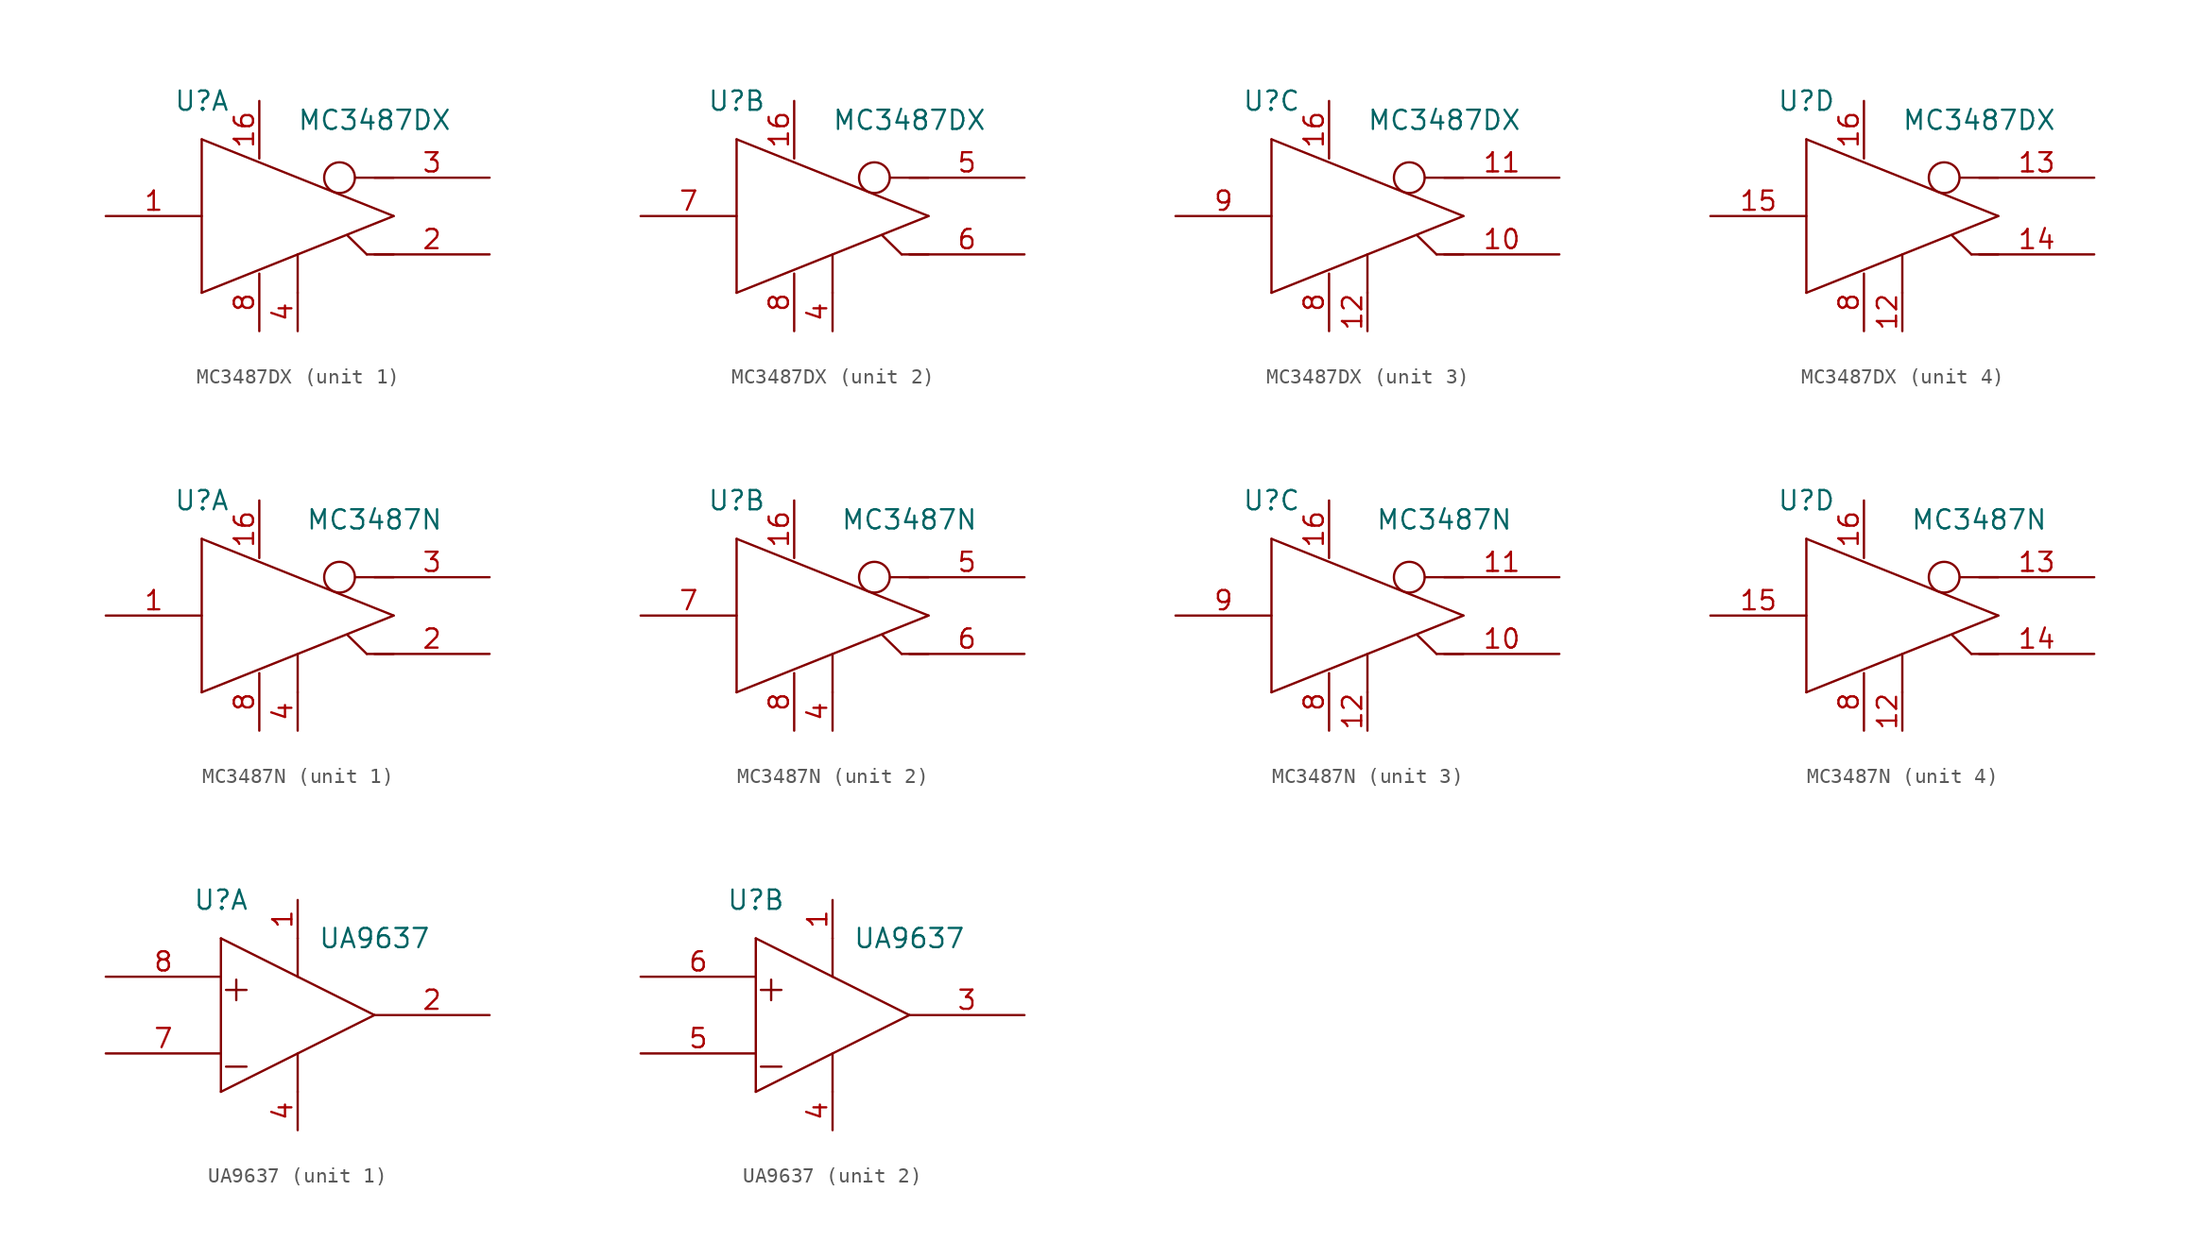
<source format=kicad_sym>
(kicad_symbol_lib
  (version 20231120)
  (generator "kicad_symbol_editor")
  (generator_version "8.0")
  (symbol "MC3487DX"
    (pin_names
      (offset 1.016) hide)
    (property "Reference" "U"
      (at -6.35 7.62 0)
      (effects (font (size 1.27 1.27))))
    (property "Value" "MC3487DX"
      (at 5.08 6.35 0)
      (effects (font (size 1.27 1.27))))
    (symbol "MC3487DX_0_1"
      (polyline (pts (xy -6.35 -5.08) (xy 6.35 0)) (stroke (width 0) (type default)) (fill (type none)))
      (polyline (pts (xy -6.35 5.08) (xy -6.35 -5.08)) (stroke (width 0) (type default)) (fill (type none)))
      (polyline (pts (xy 0 -5.08) (xy 0 -2.54)) (stroke (width 0) (type default)) (fill (type none)))
      (polyline (pts (xy 3.81 2.54) (xy 6.35 2.54)) (stroke (width 0) (type default)) (fill (type none)))
      (polyline (pts (xy 4.572 -2.54) (xy 3.277 -1.27)) (stroke (width 0) (type default)) (fill (type none)))
      (polyline (pts (xy 6.35 -2.54) (xy 4.572 -2.54)) (stroke (width 0) (type default)) (fill (type none)))
      (polyline (pts (xy 6.35 0) (xy -6.35 5.08)) (stroke (width 0) (type default)) (fill (type none)))
      (circle (center 2.769 2.54) (radius 1.016) (stroke (width 0) (type default)) (fill (type none))))
    (symbol "MC3487DX_1_1"
      (pin input line (at -12.7 0 0) (length 6.35) (name "INPUT" (effects (font (size 1.27 1.27)))) (number "1" (effects (font (size 1.27 1.27)))))
      (pin power_in line (at -2.54 7.62 270) (length 3.81) (name "VCC" (effects (font (size 1.27 1.27)))) (number "16" (effects (font (size 1.27 1.27)))))
      (pin tri_state line (at 12.7 -2.54 180) (length 7.62) (name "OUT+" (effects (font (size 1.27 1.27)))) (number "2" (effects (font (size 1.27 1.27)))))
      (pin tri_state line (at 12.7 2.54 180) (length 7.62) (name "OUT-" (effects (font (size 1.27 1.27)))) (number "3" (effects (font (size 1.27 1.27)))))
      (pin input line (at 0 -7.62 90) (length 2.54) (name "ENABLE" (effects (font (size 1.27 1.27)))) (number "4" (effects (font (size 1.27 1.27)))))
      (pin power_in line (at -2.54 -7.62 90) (length 3.81) (name "GND" (effects (font (size 1.27 1.27)))) (number "8" (effects (font (size 1.27 1.27))))))
    (symbol "MC3487DX_2_1"
      (pin power_in line (at -2.54 7.62 270) (length 3.81) (name "VCC" (effects (font (size 1.27 1.27)))) (number "16" (effects (font (size 1.27 1.27)))))
      (pin input line (at 0 -7.62 90) (length 2.54) (name "ENABLE" (effects (font (size 1.27 1.27)))) (number "4" (effects (font (size 1.27 1.27)))))
      (pin tri_state line (at 12.7 2.54 180) (length 7.62) (name "OUT-" (effects (font (size 1.27 1.27)))) (number "5" (effects (font (size 1.27 1.27)))))
      (pin tri_state line (at 12.7 -2.54 180) (length 7.62) (name "OUT+" (effects (font (size 1.27 1.27)))) (number "6" (effects (font (size 1.27 1.27)))))
      (pin input line (at -12.7 0 0) (length 6.35) (name "INPUT" (effects (font (size 1.27 1.27)))) (number "7" (effects (font (size 1.27 1.27)))))
      (pin power_in line (at -2.54 -7.62 90) (length 3.81) (name "GND" (effects (font (size 1.27 1.27)))) (number "8" (effects (font (size 1.27 1.27))))))
    (symbol "MC3487DX_3_1"
      (pin tri_state line (at 12.7 -2.54 180) (length 7.62) (name "OUT+" (effects (font (size 1.27 1.27)))) (number "10" (effects (font (size 1.27 1.27)))))
      (pin tri_state line (at 12.7 2.54 180) (length 7.62) (name "OUT-" (effects (font (size 1.27 1.27)))) (number "11" (effects (font (size 1.27 1.27)))))
      (pin input line (at 0 -7.62 90) (length 2.54) (name "ENABLE" (effects (font (size 1.27 1.27)))) (number "12" (effects (font (size 1.27 1.27)))))
      (pin power_in line (at -2.54 7.62 270) (length 3.81) (name "VCC" (effects (font (size 1.27 1.27)))) (number "16" (effects (font (size 1.27 1.27)))))
      (pin power_in line (at -2.54 -7.62 90) (length 3.81) (name "GND" (effects (font (size 1.27 1.27)))) (number "8" (effects (font (size 1.27 1.27)))))
      (pin input line (at -12.7 0 0) (length 6.35) (name "INPUT" (effects (font (size 1.27 1.27)))) (number "9" (effects (font (size 1.27 1.27))))))
    (symbol "MC3487DX_4_1"
      (pin input line (at 0 -7.62 90) (length 2.54) (name "ENABLE" (effects (font (size 1.27 1.27)))) (number "12" (effects (font (size 1.27 1.27)))))
      (pin tri_state line (at 12.7 2.54 180) (length 7.62) (name "OUT-" (effects (font (size 1.27 1.27)))) (number "13" (effects (font (size 1.27 1.27)))))
      (pin tri_state line (at 12.7 -2.54 180) (length 7.62) (name "OUT+" (effects (font (size 1.27 1.27)))) (number "14" (effects (font (size 1.27 1.27)))))
      (pin input line (at -12.7 0 0) (length 6.35) (name "INPUT" (effects (font (size 1.27 1.27)))) (number "15" (effects (font (size 1.27 1.27)))))
      (pin power_in line (at -2.54 7.62 270) (length 3.81) (name "VCC" (effects (font (size 1.27 1.27)))) (number "16" (effects (font (size 1.27 1.27)))))
      (pin power_in line (at -2.54 -7.62 90) (length 3.81) (name "GND" (effects (font (size 1.27 1.27)))) (number "8" (effects (font (size 1.27 1.27)))))))
  (symbol "MC3487N"
    (pin_names
      (offset 1.016) hide)
    (property "Reference" "U"
      (at -6.35 7.62 0)
      (effects (font (size 1.27 1.27))))
    (property "Value" "MC3487N"
      (at 5.08 6.35 0)
      (effects (font (size 1.27 1.27))))
    (symbol "MC3487N_0_1"
      (polyline (pts (xy -6.35 -5.08) (xy 6.35 0)) (stroke (width 0) (type default)) (fill (type none)))
      (polyline (pts (xy -6.35 5.08) (xy -6.35 -5.08)) (stroke (width 0) (type default)) (fill (type none)))
      (polyline (pts (xy 0 -5.08) (xy 0 -2.54)) (stroke (width 0) (type default)) (fill (type none)))
      (polyline (pts (xy 3.81 2.54) (xy 6.35 2.54)) (stroke (width 0) (type default)) (fill (type none)))
      (polyline (pts (xy 4.572 -2.54) (xy 3.277 -1.27)) (stroke (width 0) (type default)) (fill (type none)))
      (polyline (pts (xy 6.35 -2.54) (xy 4.572 -2.54)) (stroke (width 0) (type default)) (fill (type none)))
      (polyline (pts (xy 6.35 0) (xy -6.35 5.08)) (stroke (width 0) (type default)) (fill (type none)))
      (circle (center 2.769 2.54) (radius 1.016) (stroke (width 0) (type default)) (fill (type none))))
    (symbol "MC3487N_1_1"
      (pin input line (at -12.7 0 0) (length 6.35) (name "INPUT" (effects (font (size 1.27 1.27)))) (number "1" (effects (font (size 1.27 1.27)))))
      (pin power_in line (at -2.54 7.62 270) (length 3.81) (name "VCC" (effects (font (size 1.27 1.27)))) (number "16" (effects (font (size 1.27 1.27)))))
      (pin tri_state line (at 12.7 -2.54 180) (length 7.62) (name "OUT+" (effects (font (size 1.27 1.27)))) (number "2" (effects (font (size 1.27 1.27)))))
      (pin tri_state line (at 12.7 2.54 180) (length 7.62) (name "OUT-" (effects (font (size 1.27 1.27)))) (number "3" (effects (font (size 1.27 1.27)))))
      (pin input line (at 0 -7.62 90) (length 2.54) (name "ENABLE" (effects (font (size 1.27 1.27)))) (number "4" (effects (font (size 1.27 1.27)))))
      (pin power_in line (at -2.54 -7.62 90) (length 3.81) (name "GND" (effects (font (size 1.27 1.27)))) (number "8" (effects (font (size 1.27 1.27))))))
    (symbol "MC3487N_2_1"
      (pin power_in line (at -2.54 7.62 270) (length 3.81) (name "VCC" (effects (font (size 1.27 1.27)))) (number "16" (effects (font (size 1.27 1.27)))))
      (pin input line (at 0 -7.62 90) (length 2.54) (name "ENABLE" (effects (font (size 1.27 1.27)))) (number "4" (effects (font (size 1.27 1.27)))))
      (pin tri_state line (at 12.7 2.54 180) (length 7.62) (name "OUT-" (effects (font (size 1.27 1.27)))) (number "5" (effects (font (size 1.27 1.27)))))
      (pin tri_state line (at 12.7 -2.54 180) (length 7.62) (name "OUT+" (effects (font (size 1.27 1.27)))) (number "6" (effects (font (size 1.27 1.27)))))
      (pin input line (at -12.7 0 0) (length 6.35) (name "INPUT" (effects (font (size 1.27 1.27)))) (number "7" (effects (font (size 1.27 1.27)))))
      (pin power_in line (at -2.54 -7.62 90) (length 3.81) (name "GND" (effects (font (size 1.27 1.27)))) (number "8" (effects (font (size 1.27 1.27))))))
    (symbol "MC3487N_3_1"
      (pin tri_state line (at 12.7 -2.54 180) (length 7.62) (name "OUT+" (effects (font (size 1.27 1.27)))) (number "10" (effects (font (size 1.27 1.27)))))
      (pin tri_state line (at 12.7 2.54 180) (length 7.62) (name "OUT-" (effects (font (size 1.27 1.27)))) (number "11" (effects (font (size 1.27 1.27)))))
      (pin input line (at 0 -7.62 90) (length 2.54) (name "ENABLE" (effects (font (size 1.27 1.27)))) (number "12" (effects (font (size 1.27 1.27)))))
      (pin power_in line (at -2.54 7.62 270) (length 3.81) (name "VCC" (effects (font (size 1.27 1.27)))) (number "16" (effects (font (size 1.27 1.27)))))
      (pin power_in line (at -2.54 -7.62 90) (length 3.81) (name "GND" (effects (font (size 1.27 1.27)))) (number "8" (effects (font (size 1.27 1.27)))))
      (pin input line (at -12.7 0 0) (length 6.35) (name "INPUT" (effects (font (size 1.27 1.27)))) (number "9" (effects (font (size 1.27 1.27))))))
    (symbol "MC3487N_4_1"
      (pin input line (at 0 -7.62 90) (length 2.54) (name "ENABLE" (effects (font (size 1.27 1.27)))) (number "12" (effects (font (size 1.27 1.27)))))
      (pin tri_state line (at 12.7 2.54 180) (length 7.62) (name "OUT-" (effects (font (size 1.27 1.27)))) (number "13" (effects (font (size 1.27 1.27)))))
      (pin tri_state line (at 12.7 -2.54 180) (length 7.62) (name "OUT+" (effects (font (size 1.27 1.27)))) (number "14" (effects (font (size 1.27 1.27)))))
      (pin input line (at -12.7 0 0) (length 6.35) (name "INPUT" (effects (font (size 1.27 1.27)))) (number "15" (effects (font (size 1.27 1.27)))))
      (pin power_in line (at -2.54 7.62 270) (length 3.81) (name "VCC" (effects (font (size 1.27 1.27)))) (number "16" (effects (font (size 1.27 1.27)))))
      (pin power_in line (at -2.54 -7.62 90) (length 3.81) (name "GND" (effects (font (size 1.27 1.27)))) (number "8" (effects (font (size 1.27 1.27)))))))
  (symbol "UA9637"
    (pin_names
      (offset 1.016) hide)
    (property "Reference" "U"
      (at -5.08 7.62 0)
      (effects (font (size 1.27 1.27))))
    (property "Value" "UA9637"
      (at 5.08 5.08 0)
      (effects (font (size 1.27 1.27))))
    (symbol "UA9637_0_1"
      (polyline (pts (xy -5.08 5.08) (xy -5.08 -5.08)) (stroke (width 0) (type default)) (fill (type none)))
      (polyline (pts (xy -5.08 5.08) (xy 5.08 0)) (stroke (width 0) (type default)) (fill (type none)))
      (polyline (pts (xy 0 -2.54) (xy 0 -5.08)) (stroke (width 0) (type default)) (fill (type none)))
      (polyline (pts (xy 0 5.08) (xy 0 2.54)) (stroke (width 0) (type default)) (fill (type none)))
      (polyline (pts (xy 5.08 0) (xy -5.08 -5.08)) (stroke (width 0) (type default)) (fill (type none)))
      (text "+" (at -4.064 1.803 0) (effects (font (size 1.778 1.778))))
      (text "-" (at -4.064 -3.277 0) (effects (font (size 1.778 1.778)))))
    (symbol "UA9637_1_1"
      (pin power_in line (at 0 7.62 270) (length 2.54) (name "VCC" (effects (font (size 1.27 1.27)))) (number "1" (effects (font (size 1.27 1.27)))))
      (pin output line (at 12.7 0 180) (length 7.62) (name "OUT" (effects (font (size 1.27 1.27)))) (number "2" (effects (font (size 1.27 1.27)))))
      (pin power_in line (at 0 -7.62 90) (length 2.54) (name "GND" (effects (font (size 1.27 1.27)))) (number "4" (effects (font (size 1.27 1.27)))))
      (pin input line (at -12.7 -2.54 0) (length 7.62) (name "IN-" (effects (font (size 1.27 1.27)))) (number "7" (effects (font (size 1.27 1.27)))))
      (pin input line (at -12.7 2.54 0) (length 7.62) (name "IN+" (effects (font (size 1.27 1.27)))) (number "8" (effects (font (size 1.27 1.27))))))
    (symbol "UA9637_2_1"
      (pin power_in line (at 0 7.62 270) (length 2.54) (name "VCC" (effects (font (size 1.27 1.27)))) (number "1" (effects (font (size 1.27 1.27)))))
      (pin output line (at 12.7 0 180) (length 7.62) (name "OUT" (effects (font (size 1.27 1.27)))) (number "3" (effects (font (size 1.27 1.27)))))
      (pin power_in line (at 0 -7.62 90) (length 2.54) (name "GND" (effects (font (size 1.27 1.27)))) (number "4" (effects (font (size 1.27 1.27)))))
      (pin input line (at -12.7 -2.54 0) (length 7.62) (name "IN-" (effects (font (size 1.27 1.27)))) (number "5" (effects (font (size 1.27 1.27)))))
      (pin input line (at -12.7 2.54 0) (length 7.62) (name "IN+" (effects (font (size 1.27 1.27)))) (number "6" (effects (font (size 1.27 1.27))))))))
</source>
